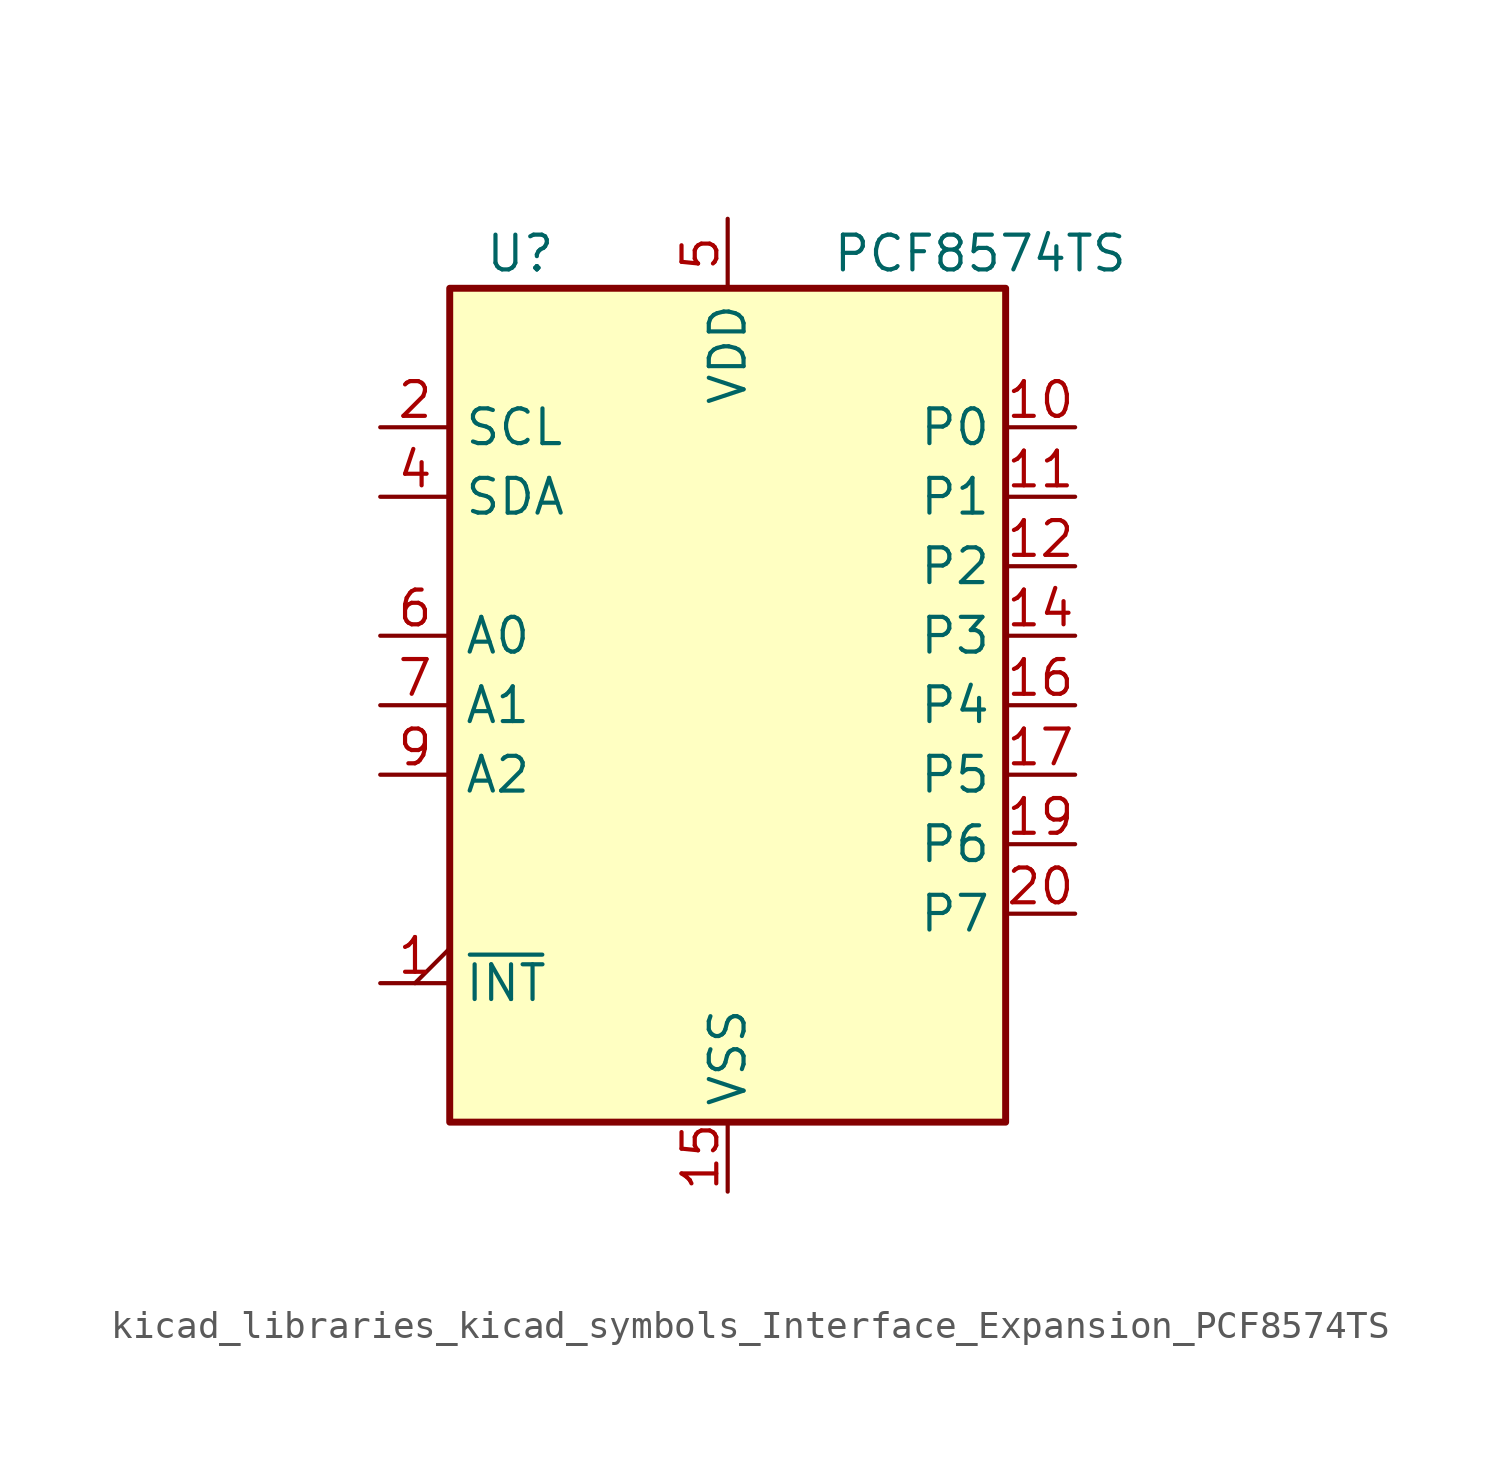
<source format=kicad_sym>
(kicad_symbol_lib
  (version 20220914)
  (generator kicad_symbol_editor)
  (symbol "kicad_libraries_kicad_symbols_Interface_Expansion_PCF8574TS"
    (property "Reference" "U"
      (at -8.89 16.51 0)
      (effects (font (size 1.27 1.27)) (justify left)))
    (property "Value" "PCF8574TS"
      (at 3.81 16.51 0)
      (effects (font (size 1.27 1.27)) (justify left)))
    (symbol "kicad_libraries_kicad_symbols_Interface_Expansion_PCF8574TS_0_1"
      (rectangle (start -10.16 15.24) (end 10.16 -15.24) (stroke (width 0.254) (type default)) (fill (type background))))
    (symbol "kicad_libraries_kicad_symbols_Interface_Expansion_PCF8574TS_1_1"
      (pin open_collector output_low (at -12.7 -10.16 0) (length 2.54) (name "~{INT}" (effects (font (size 1.27 1.27)))) (number "1" (effects (font (size 1.27 1.27)))))
      (pin bidirectional line (at 12.7 10.16 180) (length 2.54) (name "P0" (effects (font (size 1.27 1.27)))) (number "10" (effects (font (size 1.27 1.27)))))
      (pin bidirectional line (at 12.7 7.62 180) (length 2.54) (name "P1" (effects (font (size 1.27 1.27)))) (number "11" (effects (font (size 1.27 1.27)))))
      (pin bidirectional line (at 12.7 5.08 180) (length 2.54) (name "P2" (effects (font (size 1.27 1.27)))) (number "12" (effects (font (size 1.27 1.27)))))
      (pin no_connect line (at -10.16 -5.08 0) (length 2.54) hide (name "NC" (effects (font (size 1.27 1.27)))) (number "13" (effects (font (size 1.27 1.27)))))
      (pin bidirectional line (at 12.7 2.54 180) (length 2.54) (name "P3" (effects (font (size 1.27 1.27)))) (number "14" (effects (font (size 1.27 1.27)))))
      (pin power_in line (at 0 -17.78 90) (length 2.54) (name "VSS" (effects (font (size 1.27 1.27)))) (number "15" (effects (font (size 1.27 1.27)))))
      (pin bidirectional line (at 12.7 0 180) (length 2.54) (name "P4" (effects (font (size 1.27 1.27)))) (number "16" (effects (font (size 1.27 1.27)))))
      (pin bidirectional line (at 12.7 -2.54 180) (length 2.54) (name "P5" (effects (font (size 1.27 1.27)))) (number "17" (effects (font (size 1.27 1.27)))))
      (pin no_connect line (at -10.16 -7.62 0) (length 2.54) hide (name "NC" (effects (font (size 1.27 1.27)))) (number "18" (effects (font (size 1.27 1.27)))))
      (pin bidirectional line (at 12.7 -5.08 180) (length 2.54) (name "P6" (effects (font (size 1.27 1.27)))) (number "19" (effects (font (size 1.27 1.27)))))
      (pin input line (at -12.7 10.16 0) (length 2.54) (name "SCL" (effects (font (size 1.27 1.27)))) (number "2" (effects (font (size 1.27 1.27)))))
      (pin bidirectional line (at 12.7 -7.62 180) (length 2.54) (name "P7" (effects (font (size 1.27 1.27)))) (number "20" (effects (font (size 1.27 1.27)))))
      (pin no_connect line (at 10.16 -10.16 180) (length 2.54) hide (name "NC" (effects (font (size 1.27 1.27)))) (number "3" (effects (font (size 1.27 1.27)))))
      (pin bidirectional line (at -12.7 7.62 0) (length 2.54) (name "SDA" (effects (font (size 1.27 1.27)))) (number "4" (effects (font (size 1.27 1.27)))))
      (pin power_in line (at 0 17.78 270) (length 2.54) (name "VDD" (effects (font (size 1.27 1.27)))) (number "5" (effects (font (size 1.27 1.27)))))
      (pin input line (at -12.7 2.54 0) (length 2.54) (name "A0" (effects (font (size 1.27 1.27)))) (number "6" (effects (font (size 1.27 1.27)))))
      (pin input line (at -12.7 0 0) (length 2.54) (name "A1" (effects (font (size 1.27 1.27)))) (number "7" (effects (font (size 1.27 1.27)))))
      (pin no_connect line (at 10.16 -12.7 180) (length 2.54) hide (name "NC" (effects (font (size 1.27 1.27)))) (number "8" (effects (font (size 1.27 1.27)))))
      (pin input line (at -12.7 -2.54 0) (length 2.54) (name "A2" (effects (font (size 1.27 1.27)))) (number "9" (effects (font (size 1.27 1.27))))))))
</source>
